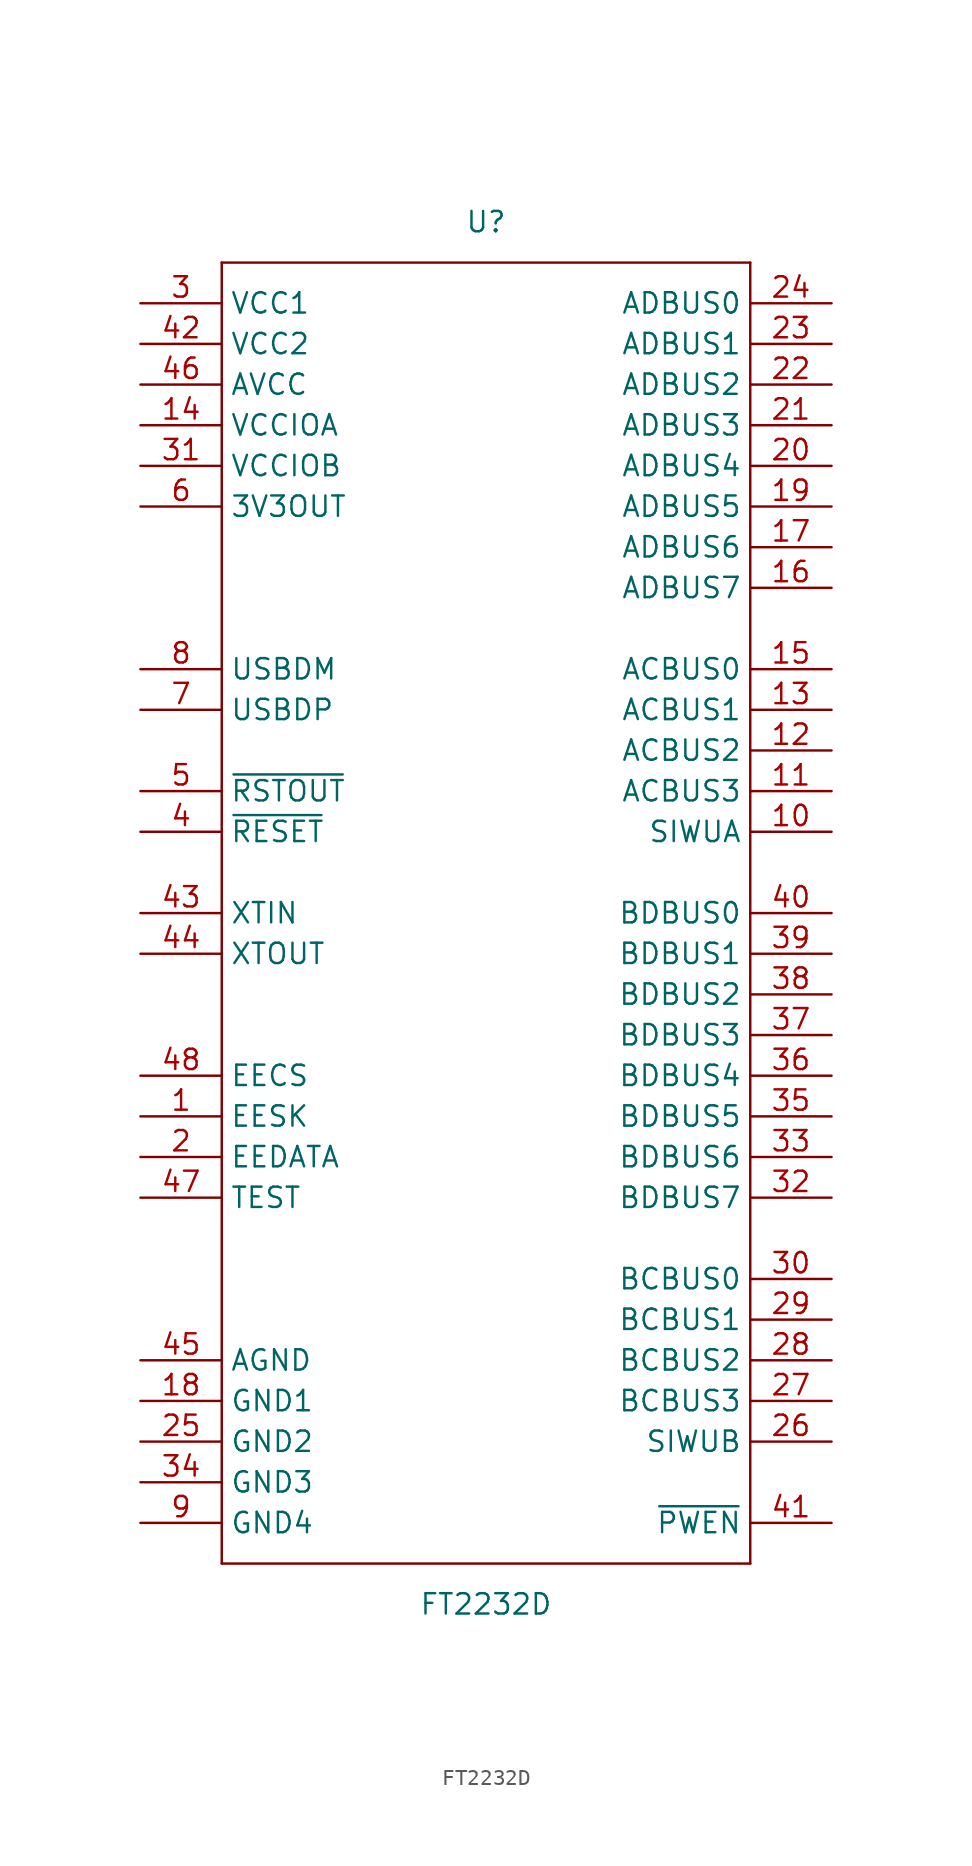
<source format=kicad_sym>
(kicad_symbol_lib
  (version 20241209)
  (generator "kicad_symbol_editor")
  (generator_version "9.0")
  (symbol "FT2232D"
    (property "Reference" "U"
      (at 0 43.18 0)
      (effects (font (size 1.27 1.27))))
    (property "Value" "FT2232D"
      (at 0 -43.18 0)
      (effects (font (size 1.27 1.27))))
    (symbol "FT2232D_0_1"
      (polyline (pts (xy -16.51 40.64) (xy 16.51 40.64)) (stroke (width 0) (type default)) (fill (type none)))
      (polyline (pts (xy -16.51 -40.64) (xy -16.51 40.64)) (stroke (width 0) (type default)) (fill (type none)))
      (polyline (pts (xy 16.51 40.64) (xy 16.51 -40.64)) (stroke (width 0) (type default)) (fill (type none)))
      (polyline (pts (xy 16.51 -40.64) (xy -16.51 -40.64)) (stroke (width 0) (type default)) (fill (type none)))
      (pin power_in line (at -21.59 38.1 0) (length 5.08) (name "VCC1" (effects (font (size 1.27 1.27)))) (number "3" (effects (font (size 1.27 1.27)))))
      (pin power_in line (at -21.59 35.56 0) (length 5.08) (name "VCC2" (effects (font (size 1.27 1.27)))) (number "42" (effects (font (size 1.27 1.27)))))
      (pin unspecified line (at -21.59 33.02 0) (length 5.08) (name "AVCC" (effects (font (size 1.27 1.27)))) (number "46" (effects (font (size 1.27 1.27)))))
      (pin power_in line (at -21.59 30.48 0) (length 5.08) (name "VCCIOA" (effects (font (size 1.27 1.27)))) (number "14" (effects (font (size 1.27 1.27)))))
      (pin unspecified line (at -21.59 27.94 0) (length 5.08) (name "VCCIOB" (effects (font (size 1.27 1.27)))) (number "31" (effects (font (size 1.27 1.27)))))
      (pin output line (at -21.59 25.4 0) (length 5.08) (name "3V3OUT" (effects (font (size 1.27 1.27)))) (number "6" (effects (font (size 1.27 1.27)))))
      (pin unspecified line (at -21.59 15.24 0) (length 5.08) (name "USBDM" (effects (font (size 1.27 1.27)))) (number "8" (effects (font (size 1.27 1.27)))))
      (pin unspecified line (at -21.59 12.7 0) (length 5.08) (name "USBDP" (effects (font (size 1.27 1.27)))) (number "7" (effects (font (size 1.27 1.27)))))
      (pin unspecified line (at -21.59 7.62 0) (length 5.08) (name "~{RSTOUT}" (effects (font (size 1.27 1.27)))) (number "5" (effects (font (size 1.27 1.27)))))
      (pin unspecified line (at -21.59 5.08 0) (length 5.08) (name "~{RESET}" (effects (font (size 1.27 1.27)))) (number "4" (effects (font (size 1.27 1.27)))))
      (pin unspecified line (at -21.59 0 0) (length 5.08) (name "XTIN" (effects (font (size 1.27 1.27)))) (number "43" (effects (font (size 1.27 1.27)))))
      (pin unspecified line (at -21.59 -2.54 0) (length 5.08) (name "XTOUT" (effects (font (size 1.27 1.27)))) (number "44" (effects (font (size 1.27 1.27)))))
      (pin unspecified line (at -21.59 -10.16 0) (length 5.08) (name "EECS" (effects (font (size 1.27 1.27)))) (number "48" (effects (font (size 1.27 1.27)))))
      (pin unspecified line (at -21.59 -12.7 0) (length 5.08) (name "EESK" (effects (font (size 1.27 1.27)))) (number "1" (effects (font (size 1.27 1.27)))))
      (pin unspecified line (at -21.59 -15.24 0) (length 5.08) (name "EEDATA" (effects (font (size 1.27 1.27)))) (number "2" (effects (font (size 1.27 1.27)))))
      (pin input line (at -21.59 -17.78 0) (length 5.08) (name "TEST" (effects (font (size 1.27 1.27)))) (number "47" (effects (font (size 1.27 1.27)))))
      (pin power_in line (at -21.59 -27.94 0) (length 5.08) (name "AGND" (effects (font (size 1.27 1.27)))) (number "45" (effects (font (size 1.27 1.27)))))
      (pin power_in line (at -21.59 -30.48 0) (length 5.08) (name "GND1" (effects (font (size 1.27 1.27)))) (number "18" (effects (font (size 1.27 1.27)))))
      (pin power_in line (at -21.59 -33.02 0) (length 5.08) (name "GND2" (effects (font (size 1.27 1.27)))) (number "25" (effects (font (size 1.27 1.27)))))
      (pin power_in line (at -21.59 -35.56 0) (length 5.08) (name "GND3" (effects (font (size 1.27 1.27)))) (number "34" (effects (font (size 1.27 1.27)))))
      (pin unspecified line (at -21.59 -38.1 0) (length 5.08) (name "GND4" (effects (font (size 1.27 1.27)))) (number "9" (effects (font (size 1.27 1.27)))))
      (pin unspecified line (at 21.59 38.1 180) (length 5.08) (name "ADBUS0" (effects (font (size 1.27 1.27)))) (number "24" (effects (font (size 1.27 1.27)))))
      (pin unspecified line (at 21.59 35.56 180) (length 5.08) (name "ADBUS1" (effects (font (size 1.27 1.27)))) (number "23" (effects (font (size 1.27 1.27)))))
      (pin unspecified line (at 21.59 33.02 180) (length 5.08) (name "ADBUS2" (effects (font (size 1.27 1.27)))) (number "22" (effects (font (size 1.27 1.27)))))
      (pin unspecified line (at 21.59 30.48 180) (length 5.08) (name "ADBUS3" (effects (font (size 1.27 1.27)))) (number "21" (effects (font (size 1.27 1.27)))))
      (pin unspecified line (at 21.59 27.94 180) (length 5.08) (name "ADBUS4" (effects (font (size 1.27 1.27)))) (number "20" (effects (font (size 1.27 1.27)))))
      (pin unspecified line (at 21.59 25.4 180) (length 5.08) (name "ADBUS5" (effects (font (size 1.27 1.27)))) (number "19" (effects (font (size 1.27 1.27)))))
      (pin unspecified line (at 21.59 22.86 180) (length 5.08) (name "ADBUS6" (effects (font (size 1.27 1.27)))) (number "17" (effects (font (size 1.27 1.27)))))
      (pin unspecified line (at 21.59 20.32 180) (length 5.08) (name "ADBUS7" (effects (font (size 1.27 1.27)))) (number "16" (effects (font (size 1.27 1.27)))))
      (pin unspecified line (at 21.59 15.24 180) (length 5.08) (name "ACBUS0" (effects (font (size 1.27 1.27)))) (number "15" (effects (font (size 1.27 1.27)))))
      (pin unspecified line (at 21.59 12.7 180) (length 5.08) (name "ACBUS1" (effects (font (size 1.27 1.27)))) (number "13" (effects (font (size 1.27 1.27)))))
      (pin unspecified line (at 21.59 10.16 180) (length 5.08) (name "ACBUS2" (effects (font (size 1.27 1.27)))) (number "12" (effects (font (size 1.27 1.27)))))
      (pin unspecified line (at 21.59 7.62 180) (length 5.08) (name "ACBUS3" (effects (font (size 1.27 1.27)))) (number "11" (effects (font (size 1.27 1.27)))))
      (pin unspecified line (at 21.59 5.08 180) (length 5.08) (name "SIWUA" (effects (font (size 1.27 1.27)))) (number "10" (effects (font (size 1.27 1.27)))))
      (pin output line (at 21.59 0 180) (length 5.08) (name "BDBUS0" (effects (font (size 1.27 1.27)))) (number "40" (effects (font (size 1.27 1.27)))))
      (pin input line (at 21.59 -2.54 180) (length 5.08) (name "BDBUS1" (effects (font (size 1.27 1.27)))) (number "39" (effects (font (size 1.27 1.27)))))
      (pin output line (at 21.59 -5.08 180) (length 5.08) (name "BDBUS2" (effects (font (size 1.27 1.27)))) (number "38" (effects (font (size 1.27 1.27)))))
      (pin input line (at 21.59 -7.62 180) (length 5.08) (name "BDBUS3" (effects (font (size 1.27 1.27)))) (number "37" (effects (font (size 1.27 1.27)))))
      (pin output line (at 21.59 -10.16 180) (length 5.08) (name "BDBUS4" (effects (font (size 1.27 1.27)))) (number "36" (effects (font (size 1.27 1.27)))))
      (pin input line (at 21.59 -12.7 180) (length 5.08) (name "BDBUS5" (effects (font (size 1.27 1.27)))) (number "35" (effects (font (size 1.27 1.27)))))
      (pin input line (at 21.59 -15.24 180) (length 5.08) (name "BDBUS6" (effects (font (size 1.27 1.27)))) (number "33" (effects (font (size 1.27 1.27)))))
      (pin input line (at 21.59 -17.78 180) (length 5.08) (name "BDBUS7" (effects (font (size 1.27 1.27)))) (number "32" (effects (font (size 1.27 1.27)))))
      (pin unspecified line (at 21.59 -22.86 180) (length 5.08) (name "BCBUS0" (effects (font (size 1.27 1.27)))) (number "30" (effects (font (size 1.27 1.27)))))
      (pin unspecified line (at 21.59 -25.4 180) (length 5.08) (name "BCBUS1" (effects (font (size 1.27 1.27)))) (number "29" (effects (font (size 1.27 1.27)))))
      (pin unspecified line (at 21.59 -27.94 180) (length 5.08) (name "BCBUS2" (effects (font (size 1.27 1.27)))) (number "28" (effects (font (size 1.27 1.27)))))
      (pin unspecified line (at 21.59 -30.48 180) (length 5.08) (name "BCBUS3" (effects (font (size 1.27 1.27)))) (number "27" (effects (font (size 1.27 1.27)))))
      (pin unspecified line (at 21.59 -33.02 180) (length 5.08) (name "SIWUB" (effects (font (size 1.27 1.27)))) (number "26" (effects (font (size 1.27 1.27)))))
      (pin unspecified line (at 21.59 -38.1 180) (length 5.08) (name "~{PWEN}" (effects (font (size 1.27 1.27)))) (number "41" (effects (font (size 1.27 1.27))))))))
</source>
